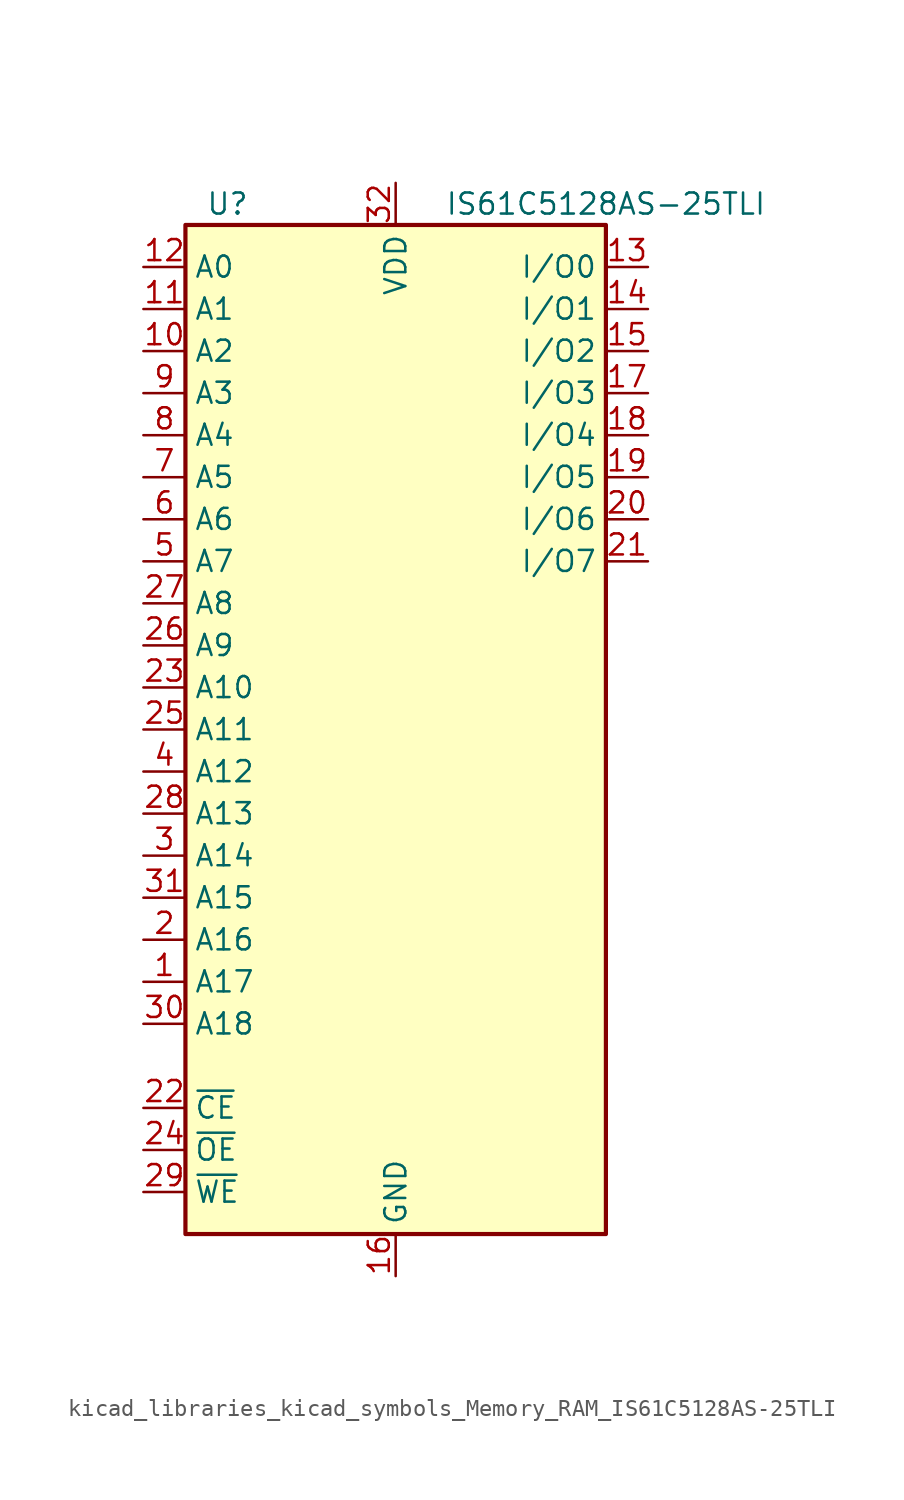
<source format=kicad_sym>
(kicad_symbol_lib
  (version 20220914)
  (generator kicad_symbol_editor)
  (symbol "kicad_libraries_kicad_symbols_Memory_RAM_IS61C5128AS-25TLI"
    (property "Reference" "U"
      (at -10.16 31.75 0)
      (effects (font (size 1.27 1.27))))
    (property "Value" "IS61C5128AS-25TLI"
      (at 12.7 31.75 0)
      (effects (font (size 1.27 1.27))))
    (symbol "kicad_libraries_kicad_symbols_Memory_RAM_IS61C5128AS-25TLI_0_1"
      (rectangle (start -12.7 30.48) (end 12.7 -30.48) (stroke (width 0.254) (type default)) (fill (type background))))
    (symbol "kicad_libraries_kicad_symbols_Memory_RAM_IS61C5128AS-25TLI_1_1"
      (pin input line (at -15.24 -15.24 0) (length 2.54) (name "A17" (effects (font (size 1.27 1.27)))) (number "1" (effects (font (size 1.27 1.27)))))
      (pin input line (at -15.24 22.86 0) (length 2.54) (name "A2" (effects (font (size 1.27 1.27)))) (number "10" (effects (font (size 1.27 1.27)))))
      (pin input line (at -15.24 25.4 0) (length 2.54) (name "A1" (effects (font (size 1.27 1.27)))) (number "11" (effects (font (size 1.27 1.27)))))
      (pin input line (at -15.24 27.94 0) (length 2.54) (name "A0" (effects (font (size 1.27 1.27)))) (number "12" (effects (font (size 1.27 1.27)))))
      (pin bidirectional line (at 15.24 27.94 180) (length 2.54) (name "I/O0" (effects (font (size 1.27 1.27)))) (number "13" (effects (font (size 1.27 1.27)))))
      (pin bidirectional line (at 15.24 25.4 180) (length 2.54) (name "I/O1" (effects (font (size 1.27 1.27)))) (number "14" (effects (font (size 1.27 1.27)))))
      (pin bidirectional line (at 15.24 22.86 180) (length 2.54) (name "I/O2" (effects (font (size 1.27 1.27)))) (number "15" (effects (font (size 1.27 1.27)))))
      (pin power_in line (at 0 -33.02 90) (length 2.54) (name "GND" (effects (font (size 1.27 1.27)))) (number "16" (effects (font (size 1.27 1.27)))))
      (pin bidirectional line (at 15.24 20.32 180) (length 2.54) (name "I/O3" (effects (font (size 1.27 1.27)))) (number "17" (effects (font (size 1.27 1.27)))))
      (pin bidirectional line (at 15.24 17.78 180) (length 2.54) (name "I/O4" (effects (font (size 1.27 1.27)))) (number "18" (effects (font (size 1.27 1.27)))))
      (pin bidirectional line (at 15.24 15.24 180) (length 2.54) (name "I/O5" (effects (font (size 1.27 1.27)))) (number "19" (effects (font (size 1.27 1.27)))))
      (pin input line (at -15.24 -12.7 0) (length 2.54) (name "A16" (effects (font (size 1.27 1.27)))) (number "2" (effects (font (size 1.27 1.27)))))
      (pin bidirectional line (at 15.24 12.7 180) (length 2.54) (name "I/O6" (effects (font (size 1.27 1.27)))) (number "20" (effects (font (size 1.27 1.27)))))
      (pin bidirectional line (at 15.24 10.16 180) (length 2.54) (name "I/O7" (effects (font (size 1.27 1.27)))) (number "21" (effects (font (size 1.27 1.27)))))
      (pin input line (at -15.24 -22.86 0) (length 2.54) (name "~{CE}" (effects (font (size 1.27 1.27)))) (number "22" (effects (font (size 1.27 1.27)))))
      (pin input line (at -15.24 2.54 0) (length 2.54) (name "A10" (effects (font (size 1.27 1.27)))) (number "23" (effects (font (size 1.27 1.27)))))
      (pin input line (at -15.24 -25.4 0) (length 2.54) (name "~{OE}" (effects (font (size 1.27 1.27)))) (number "24" (effects (font (size 1.27 1.27)))))
      (pin input line (at -15.24 0 0) (length 2.54) (name "A11" (effects (font (size 1.27 1.27)))) (number "25" (effects (font (size 1.27 1.27)))))
      (pin input line (at -15.24 5.08 0) (length 2.54) (name "A9" (effects (font (size 1.27 1.27)))) (number "26" (effects (font (size 1.27 1.27)))))
      (pin input line (at -15.24 7.62 0) (length 2.54) (name "A8" (effects (font (size 1.27 1.27)))) (number "27" (effects (font (size 1.27 1.27)))))
      (pin input line (at -15.24 -5.08 0) (length 2.54) (name "A13" (effects (font (size 1.27 1.27)))) (number "28" (effects (font (size 1.27 1.27)))))
      (pin input line (at -15.24 -27.94 0) (length 2.54) (name "~{WE}" (effects (font (size 1.27 1.27)))) (number "29" (effects (font (size 1.27 1.27)))))
      (pin input line (at -15.24 -7.62 0) (length 2.54) (name "A14" (effects (font (size 1.27 1.27)))) (number "3" (effects (font (size 1.27 1.27)))))
      (pin input line (at -15.24 -17.78 0) (length 2.54) (name "A18" (effects (font (size 1.27 1.27)))) (number "30" (effects (font (size 1.27 1.27)))))
      (pin input line (at -15.24 -10.16 0) (length 2.54) (name "A15" (effects (font (size 1.27 1.27)))) (number "31" (effects (font (size 1.27 1.27)))))
      (pin power_in line (at 0 33.02 270) (length 2.54) (name "VDD" (effects (font (size 1.27 1.27)))) (number "32" (effects (font (size 1.27 1.27)))))
      (pin input line (at -15.24 -2.54 0) (length 2.54) (name "A12" (effects (font (size 1.27 1.27)))) (number "4" (effects (font (size 1.27 1.27)))))
      (pin input line (at -15.24 10.16 0) (length 2.54) (name "A7" (effects (font (size 1.27 1.27)))) (number "5" (effects (font (size 1.27 1.27)))))
      (pin input line (at -15.24 12.7 0) (length 2.54) (name "A6" (effects (font (size 1.27 1.27)))) (number "6" (effects (font (size 1.27 1.27)))))
      (pin input line (at -15.24 15.24 0) (length 2.54) (name "A5" (effects (font (size 1.27 1.27)))) (number "7" (effects (font (size 1.27 1.27)))))
      (pin input line (at -15.24 17.78 0) (length 2.54) (name "A4" (effects (font (size 1.27 1.27)))) (number "8" (effects (font (size 1.27 1.27)))))
      (pin input line (at -15.24 20.32 0) (length 2.54) (name "A3" (effects (font (size 1.27 1.27)))) (number "9" (effects (font (size 1.27 1.27))))))))
</source>
